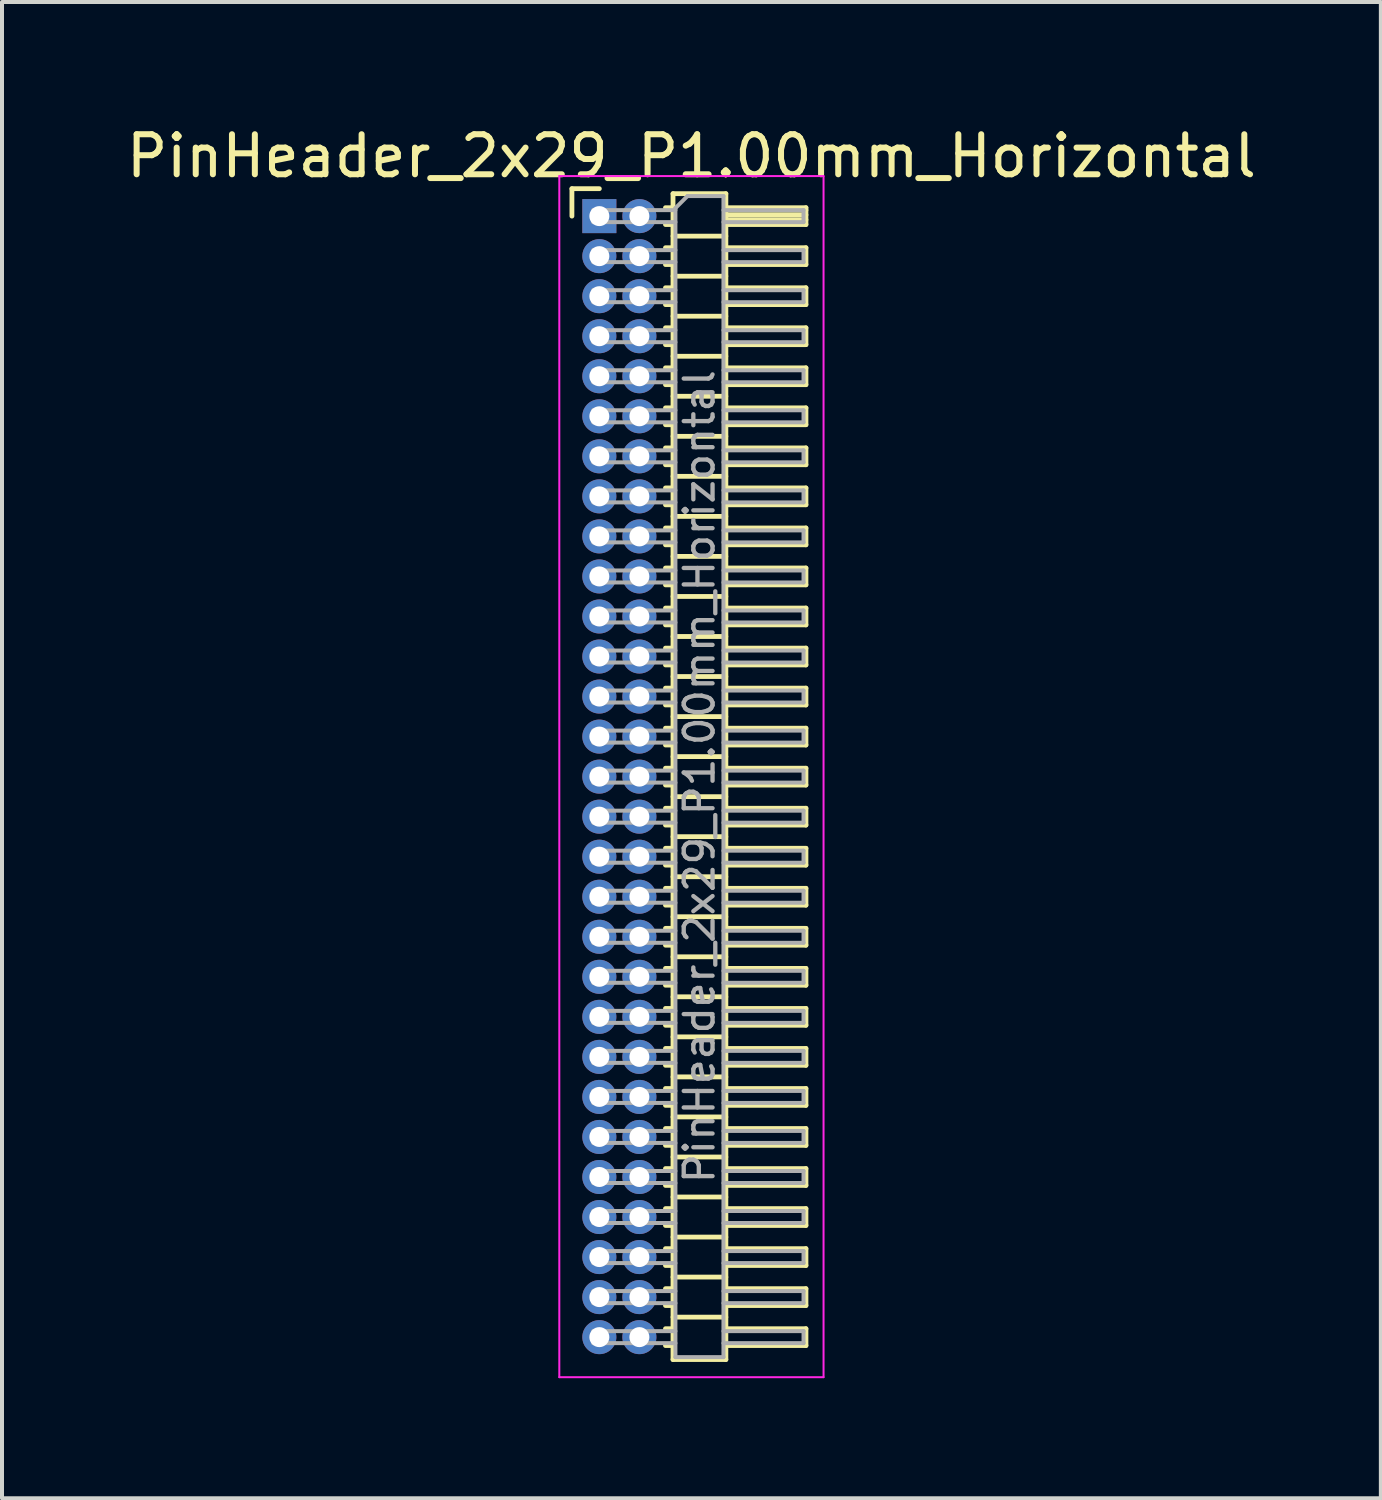
<source format=kicad_pcb>
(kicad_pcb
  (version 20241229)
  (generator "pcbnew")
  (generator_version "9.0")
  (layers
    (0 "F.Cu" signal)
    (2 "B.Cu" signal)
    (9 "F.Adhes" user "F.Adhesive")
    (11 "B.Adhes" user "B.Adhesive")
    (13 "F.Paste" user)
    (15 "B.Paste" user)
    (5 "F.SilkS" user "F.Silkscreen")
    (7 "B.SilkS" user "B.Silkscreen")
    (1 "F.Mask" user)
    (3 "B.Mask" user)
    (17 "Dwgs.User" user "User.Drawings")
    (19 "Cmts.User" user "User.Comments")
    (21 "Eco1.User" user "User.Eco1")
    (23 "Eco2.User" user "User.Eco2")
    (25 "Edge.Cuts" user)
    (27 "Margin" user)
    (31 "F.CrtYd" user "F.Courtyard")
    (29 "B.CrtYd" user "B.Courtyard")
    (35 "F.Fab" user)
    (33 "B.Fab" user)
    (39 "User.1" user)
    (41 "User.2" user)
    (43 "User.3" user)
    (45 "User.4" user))
  (footprint "PinHeader_2x29_P1.00mm_Horizontal"
    (layer "F.Cu")
    (at 11.92 2.348)
    (property "Reference" "PinHeader_2x29_P1.00mm_Horizontal" (at 2.3 -1.5 0) (layer "F.SilkS") (effects (font (size 1 1) (thickness 0.15))))
    (attr through_hole)
    (fp_line (start -0.685 -0.685) (end 0 -0.685) (stroke (width 0.12) (type solid)) (layer "F.SilkS"))
    (fp_line (start -0.685 0) (end -0.685 -0.685) (stroke (width 0.12) (type solid)) (layer "F.SilkS"))
    (fp_line (start 1.652 -0.21) (end 1.84 -0.21) (stroke (width 0.12) (type solid)) (layer "F.SilkS"))
    (fp_line (start 1.652 0.21) (end 1.84 0.21) (stroke (width 0.12) (type solid)) (layer "F.SilkS"))
    (fp_line (start 1.652 0.79) (end 1.84 0.79) (stroke (width 0.12) (type solid)) (layer "F.SilkS"))
    (fp_line (start 1.652 1.21) (end 1.84 1.21) (stroke (width 0.12) (type solid)) (layer "F.SilkS"))
    (fp_line (start 1.652 1.79) (end 1.84 1.79) (stroke (width 0.12) (type solid)) (layer "F.SilkS"))
    (fp_line (start 1.652 2.21) (end 1.84 2.21) (stroke (width 0.12) (type solid)) (layer "F.SilkS"))
    (fp_line (start 1.652 2.79) (end 1.84 2.79) (stroke (width 0.12) (type solid)) (layer "F.SilkS"))
    (fp_line (start 1.652 3.21) (end 1.84 3.21) (stroke (width 0.12) (type solid)) (layer "F.SilkS"))
    (fp_line (start 1.652 3.79) (end 1.84 3.79) (stroke (width 0.12) (type solid)) (layer "F.SilkS"))
    (fp_line (start 1.652 4.21) (end 1.84 4.21) (stroke (width 0.12) (type solid)) (layer "F.SilkS"))
    (fp_line (start 1.652 4.79) (end 1.84 4.79) (stroke (width 0.12) (type solid)) (layer "F.SilkS"))
    (fp_line (start 1.652 5.21) (end 1.84 5.21) (stroke (width 0.12) (type solid)) (layer "F.SilkS"))
    (fp_line (start 1.652 5.79) (end 1.84 5.79) (stroke (width 0.12) (type solid)) (layer "F.SilkS"))
    (fp_line (start 1.652 6.21) (end 1.84 6.21) (stroke (width 0.12) (type solid)) (layer "F.SilkS"))
    (fp_line (start 1.652 6.79) (end 1.84 6.79) (stroke (width 0.12) (type solid)) (layer "F.SilkS"))
    (fp_line (start 1.652 7.21) (end 1.84 7.21) (stroke (width 0.12) (type solid)) (layer "F.SilkS"))
    (fp_line (start 1.652 7.79) (end 1.84 7.79) (stroke (width 0.12) (type solid)) (layer "F.SilkS"))
    (fp_line (start 1.652 8.21) (end 1.84 8.21) (stroke (width 0.12) (type solid)) (layer "F.SilkS"))
    (fp_line (start 1.652 8.79) (end 1.84 8.79) (stroke (width 0.12) (type solid)) (layer "F.SilkS"))
    (fp_line (start 1.652 9.21) (end 1.84 9.21) (stroke (width 0.12) (type solid)) (layer "F.SilkS"))
    (fp_line (start 1.652 9.79) (end 1.84 9.79) (stroke (width 0.12) (type solid)) (layer "F.SilkS"))
    (fp_line (start 1.652 10.21) (end 1.84 10.21) (stroke (width 0.12) (type solid)) (layer "F.SilkS"))
    (fp_line (start 1.652 10.79) (end 1.84 10.79) (stroke (width 0.12) (type solid)) (layer "F.SilkS"))
    (fp_line (start 1.652 11.21) (end 1.84 11.21) (stroke (width 0.12) (type solid)) (layer "F.SilkS"))
    (fp_line (start 1.652 11.79) (end 1.84 11.79) (stroke (width 0.12) (type solid)) (layer "F.SilkS"))
    (fp_line (start 1.652 12.21) (end 1.84 12.21) (stroke (width 0.12) (type solid)) (layer "F.SilkS"))
    (fp_line (start 1.652 12.79) (end 1.84 12.79) (stroke (width 0.12) (type solid)) (layer "F.SilkS"))
    (fp_line (start 1.652 13.21) (end 1.84 13.21) (stroke (width 0.12) (type solid)) (layer "F.SilkS"))
    (fp_line (start 1.652 13.79) (end 1.84 13.79) (stroke (width 0.12) (type solid)) (layer "F.SilkS"))
    (fp_line (start 1.652 14.21) (end 1.84 14.21) (stroke (width 0.12) (type solid)) (layer "F.SilkS"))
    (fp_line (start 1.652 14.79) (end 1.84 14.79) (stroke (width 0.12) (type solid)) (layer "F.SilkS"))
    (fp_line (start 1.652 15.21) (end 1.84 15.21) (stroke (width 0.12) (type solid)) (layer "F.SilkS"))
    (fp_line (start 1.652 15.79) (end 1.84 15.79) (stroke (width 0.12) (type solid)) (layer "F.SilkS"))
    (fp_line (start 1.652 16.21) (end 1.84 16.21) (stroke (width 0.12) (type solid)) (layer "F.SilkS"))
    (fp_line (start 1.652 16.79) (end 1.84 16.79) (stroke (width 0.12) (type solid)) (layer "F.SilkS"))
    (fp_line (start 1.652 17.21) (end 1.84 17.21) (stroke (width 0.12) (type solid)) (layer "F.SilkS"))
    (fp_line (start 1.652 17.79) (end 1.84 17.79) (stroke (width 0.12) (type solid)) (layer "F.SilkS"))
    (fp_line (start 1.652 18.21) (end 1.84 18.21) (stroke (width 0.12) (type solid)) (layer "F.SilkS"))
    (fp_line (start 1.652 18.79) (end 1.84 18.79) (stroke (width 0.12) (type solid)) (layer "F.SilkS"))
    (fp_line (start 1.652 19.21) (end 1.84 19.21) (stroke (width 0.12) (type solid)) (layer "F.SilkS"))
    (fp_line (start 1.652 19.79) (end 1.84 19.79) (stroke (width 0.12) (type solid)) (layer "F.SilkS"))
    (fp_line (start 1.652 20.21) (end 1.84 20.21) (stroke (width 0.12) (type solid)) (layer "F.SilkS"))
    (fp_line (start 1.652 20.79) (end 1.84 20.79) (stroke (width 0.12) (type solid)) (layer "F.SilkS"))
    (fp_line (start 1.652 21.21) (end 1.84 21.21) (stroke (width 0.12) (type solid)) (layer "F.SilkS"))
    (fp_line (start 1.652 21.79) (end 1.84 21.79) (stroke (width 0.12) (type solid)) (layer "F.SilkS"))
    (fp_line (start 1.652 22.21) (end 1.84 22.21) (stroke (width 0.12) (type solid)) (layer "F.SilkS"))
    (fp_line (start 1.652 22.79) (end 1.84 22.79) (stroke (width 0.12) (type solid)) (layer "F.SilkS"))
    (fp_line (start 1.652 23.21) (end 1.84 23.21) (stroke (width 0.12) (type solid)) (layer "F.SilkS"))
    (fp_line (start 1.652 23.79) (end 1.84 23.79) (stroke (width 0.12) (type solid)) (layer "F.SilkS"))
    (fp_line (start 1.652 24.21) (end 1.84 24.21) (stroke (width 0.12) (type solid)) (layer "F.SilkS"))
    (fp_line (start 1.652 24.79) (end 1.84 24.79) (stroke (width 0.12) (type solid)) (layer "F.SilkS"))
    (fp_line (start 1.652 25.21) (end 1.84 25.21) (stroke (width 0.12) (type solid)) (layer "F.SilkS"))
    (fp_line (start 1.652 25.79) (end 1.84 25.79) (stroke (width 0.12) (type solid)) (layer "F.SilkS"))
    (fp_line (start 1.652 26.21) (end 1.84 26.21) (stroke (width 0.12) (type solid)) (layer "F.SilkS"))
    (fp_line (start 1.652 26.79) (end 1.84 26.79) (stroke (width 0.12) (type solid)) (layer "F.SilkS"))
    (fp_line (start 1.652 27.21) (end 1.84 27.21) (stroke (width 0.12) (type solid)) (layer "F.SilkS"))
    (fp_line (start 1.652 27.79) (end 1.84 27.79) (stroke (width 0.12) (type solid)) (layer "F.SilkS"))
    (fp_line (start 1.652 28.21) (end 1.84 28.21) (stroke (width 0.12) (type solid)) (layer "F.SilkS"))
    (fp_line (start 1.84 -0.56) (end 1.84 28.56) (stroke (width 0.12) (type solid)) (layer "F.SilkS"))
    (fp_line (start 1.84 0.5) (end 3.16 0.5) (stroke (width 0.12) (type solid)) (layer "F.SilkS"))
    (fp_line (start 1.84 1.5) (end 3.16 1.5) (stroke (width 0.12) (type solid)) (layer "F.SilkS"))
    (fp_line (start 1.84 2.5) (end 3.16 2.5) (stroke (width 0.12) (type solid)) (layer "F.SilkS"))
    (fp_line (start 1.84 3.5) (end 3.16 3.5) (stroke (width 0.12) (type solid)) (layer "F.SilkS"))
    (fp_line (start 1.84 4.5) (end 3.16 4.5) (stroke (width 0.12) (type solid)) (layer "F.SilkS"))
    (fp_line (start 1.84 5.5) (end 3.16 5.5) (stroke (width 0.12) (type solid)) (layer "F.SilkS"))
    (fp_line (start 1.84 6.5) (end 3.16 6.5) (stroke (width 0.12) (type solid)) (layer "F.SilkS"))
    (fp_line (start 1.84 7.5) (end 3.16 7.5) (stroke (width 0.12) (type solid)) (layer "F.SilkS"))
    (fp_line (start 1.84 8.5) (end 3.16 8.5) (stroke (width 0.12) (type solid)) (layer "F.SilkS"))
    (fp_line (start 1.84 9.5) (end 3.16 9.5) (stroke (width 0.12) (type solid)) (layer "F.SilkS"))
    (fp_line (start 1.84 10.5) (end 3.16 10.5) (stroke (width 0.12) (type solid)) (layer "F.SilkS"))
    (fp_line (start 1.84 11.5) (end 3.16 11.5) (stroke (width 0.12) (type solid)) (layer "F.SilkS"))
    (fp_line (start 1.84 12.5) (end 3.16 12.5) (stroke (width 0.12) (type solid)) (layer "F.SilkS"))
    (fp_line (start 1.84 13.5) (end 3.16 13.5) (stroke (width 0.12) (type solid)) (layer "F.SilkS"))
    (fp_line (start 1.84 14.5) (end 3.16 14.5) (stroke (width 0.12) (type solid)) (layer "F.SilkS"))
    (fp_line (start 1.84 15.5) (end 3.16 15.5) (stroke (width 0.12) (type solid)) (layer "F.SilkS"))
    (fp_line (start 1.84 16.5) (end 3.16 16.5) (stroke (width 0.12) (type solid)) (layer "F.SilkS"))
    (fp_line (start 1.84 17.5) (end 3.16 17.5) (stroke (width 0.12) (type solid)) (layer "F.SilkS"))
    (fp_line (start 1.84 18.5) (end 3.16 18.5) (stroke (width 0.12) (type solid)) (layer "F.SilkS"))
    (fp_line (start 1.84 19.5) (end 3.16 19.5) (stroke (width 0.12) (type solid)) (layer "F.SilkS"))
    (fp_line (start 1.84 20.5) (end 3.16 20.5) (stroke (width 0.12) (type solid)) (layer "F.SilkS"))
    (fp_line (start 1.84 21.5) (end 3.16 21.5) (stroke (width 0.12) (type solid)) (layer "F.SilkS"))
    (fp_line (start 1.84 22.5) (end 3.16 22.5) (stroke (width 0.12) (type solid)) (layer "F.SilkS"))
    (fp_line (start 1.84 23.5) (end 3.16 23.5) (stroke (width 0.12) (type solid)) (layer "F.SilkS"))
    (fp_line (start 1.84 24.5) (end 3.16 24.5) (stroke (width 0.12) (type solid)) (layer "F.SilkS"))
    (fp_line (start 1.84 25.5) (end 3.16 25.5) (stroke (width 0.12) (type solid)) (layer "F.SilkS"))
    (fp_line (start 1.84 26.5) (end 3.16 26.5) (stroke (width 0.12) (type solid)) (layer "F.SilkS"))
    (fp_line (start 1.84 27.5) (end 3.16 27.5) (stroke (width 0.12) (type solid)) (layer "F.SilkS"))
    (fp_line (start 1.84 28.56) (end 3.16 28.56) (stroke (width 0.12) (type solid)) (layer "F.SilkS"))
    (fp_line (start 3.16 -0.56) (end 1.84 -0.56) (stroke (width 0.12) (type solid)) (layer "F.SilkS"))
    (fp_line (start 3.16 -0.21) (end 5.16 -0.21) (stroke (width 0.12) (type solid)) (layer "F.SilkS"))
    (fp_line (start 3.16 -0.15) (end 5.16 -0.15) (stroke (width 0.12) (type solid)) (layer "F.SilkS"))
    (fp_line (start 3.16 -0.03) (end 5.16 -0.03) (stroke (width 0.12) (type solid)) (layer "F.SilkS"))
    (fp_line (start 3.16 0.09) (end 5.16 0.09) (stroke (width 0.12) (type solid)) (layer "F.SilkS"))
    (fp_line (start 3.16 0.79) (end 5.16 0.79) (stroke (width 0.12) (type solid)) (layer "F.SilkS"))
    (fp_line (start 3.16 1.79) (end 5.16 1.79) (stroke (width 0.12) (type solid)) (layer "F.SilkS"))
    (fp_line (start 3.16 2.79) (end 5.16 2.79) (stroke (width 0.12) (type solid)) (layer "F.SilkS"))
    (fp_line (start 3.16 3.79) (end 5.16 3.79) (stroke (width 0.12) (type solid)) (layer "F.SilkS"))
    (fp_line (start 3.16 4.79) (end 5.16 4.79) (stroke (width 0.12) (type solid)) (layer "F.SilkS"))
    (fp_line (start 3.16 5.79) (end 5.16 5.79) (stroke (width 0.12) (type solid)) (layer "F.SilkS"))
    (fp_line (start 3.16 6.79) (end 5.16 6.79) (stroke (width 0.12) (type solid)) (layer "F.SilkS"))
    (fp_line (start 3.16 7.79) (end 5.16 7.79) (stroke (width 0.12) (type solid)) (layer "F.SilkS"))
    (fp_line (start 3.16 8.79) (end 5.16 8.79) (stroke (width 0.12) (type solid)) (layer "F.SilkS"))
    (fp_line (start 3.16 9.79) (end 5.16 9.79) (stroke (width 0.12) (type solid)) (layer "F.SilkS"))
    (fp_line (start 3.16 10.79) (end 5.16 10.79) (stroke (width 0.12) (type solid)) (layer "F.SilkS"))
    (fp_line (start 3.16 11.79) (end 5.16 11.79) (stroke (width 0.12) (type solid)) (layer "F.SilkS"))
    (fp_line (start 3.16 12.79) (end 5.16 12.79) (stroke (width 0.12) (type solid)) (layer "F.SilkS"))
    (fp_line (start 3.16 13.79) (end 5.16 13.79) (stroke (width 0.12) (type solid)) (layer "F.SilkS"))
    (fp_line (start 3.16 14.79) (end 5.16 14.79) (stroke (width 0.12) (type solid)) (layer "F.SilkS"))
    (fp_line (start 3.16 15.79) (end 5.16 15.79) (stroke (width 0.12) (type solid)) (layer "F.SilkS"))
    (fp_line (start 3.16 16.79) (end 5.16 16.79) (stroke (width 0.12) (type solid)) (layer "F.SilkS"))
    (fp_line (start 3.16 17.79) (end 5.16 17.79) (stroke (width 0.12) (type solid)) (layer "F.SilkS"))
    (fp_line (start 3.16 18.79) (end 5.16 18.79) (stroke (width 0.12) (type solid)) (layer "F.SilkS"))
    (fp_line (start 3.16 19.79) (end 5.16 19.79) (stroke (width 0.12) (type solid)) (layer "F.SilkS"))
    (fp_line (start 3.16 20.79) (end 5.16 20.79) (stroke (width 0.12) (type solid)) (layer "F.SilkS"))
    (fp_line (start 3.16 21.79) (end 5.16 21.79) (stroke (width 0.12) (type solid)) (layer "F.SilkS"))
    (fp_line (start 3.16 22.79) (end 5.16 22.79) (stroke (width 0.12) (type solid)) (layer "F.SilkS"))
    (fp_line (start 3.16 23.79) (end 5.16 23.79) (stroke (width 0.12) (type solid)) (layer "F.SilkS"))
    (fp_line (start 3.16 24.79) (end 5.16 24.79) (stroke (width 0.12) (type solid)) (layer "F.SilkS"))
    (fp_line (start 3.16 25.79) (end 5.16 25.79) (stroke (width 0.12) (type solid)) (layer "F.SilkS"))
    (fp_line (start 3.16 26.79) (end 5.16 26.79) (stroke (width 0.12) (type solid)) (layer "F.SilkS"))
    (fp_line (start 3.16 27.79) (end 5.16 27.79) (stroke (width 0.12) (type solid)) (layer "F.SilkS"))
    (fp_line (start 3.16 28.56) (end 3.16 -0.56) (stroke (width 0.12) (type solid)) (layer "F.SilkS"))
    (fp_line (start 5.16 -0.21) (end 5.16 0.21) (stroke (width 0.12) (type solid)) (layer "F.SilkS"))
    (fp_line (start 5.16 0.21) (end 3.16 0.21) (stroke (width 0.12) (type solid)) (layer "F.SilkS"))
    (fp_line (start 5.16 0.79) (end 5.16 1.21) (stroke (width 0.12) (type solid)) (layer "F.SilkS"))
    (fp_line (start 5.16 1.21) (end 3.16 1.21) (stroke (width 0.12) (type solid)) (layer "F.SilkS"))
    (fp_line (start 5.16 1.79) (end 5.16 2.21) (stroke (width 0.12) (type solid)) (layer "F.SilkS"))
    (fp_line (start 5.16 2.21) (end 3.16 2.21) (stroke (width 0.12) (type solid)) (layer "F.SilkS"))
    (fp_line (start 5.16 2.79) (end 5.16 3.21) (stroke (width 0.12) (type solid)) (layer "F.SilkS"))
    (fp_line (start 5.16 3.21) (end 3.16 3.21) (stroke (width 0.12) (type solid)) (layer "F.SilkS"))
    (fp_line (start 5.16 3.79) (end 5.16 4.21) (stroke (width 0.12) (type solid)) (layer "F.SilkS"))
    (fp_line (start 5.16 4.21) (end 3.16 4.21) (stroke (width 0.12) (type solid)) (layer "F.SilkS"))
    (fp_line (start 5.16 4.79) (end 5.16 5.21) (stroke (width 0.12) (type solid)) (layer "F.SilkS"))
    (fp_line (start 5.16 5.21) (end 3.16 5.21) (stroke (width 0.12) (type solid)) (layer "F.SilkS"))
    (fp_line (start 5.16 5.79) (end 5.16 6.21) (stroke (width 0.12) (type solid)) (layer "F.SilkS"))
    (fp_line (start 5.16 6.21) (end 3.16 6.21) (stroke (width 0.12) (type solid)) (layer "F.SilkS"))
    (fp_line (start 5.16 6.79) (end 5.16 7.21) (stroke (width 0.12) (type solid)) (layer "F.SilkS"))
    (fp_line (start 5.16 7.21) (end 3.16 7.21) (stroke (width 0.12) (type solid)) (layer "F.SilkS"))
    (fp_line (start 5.16 7.79) (end 5.16 8.21) (stroke (width 0.12) (type solid)) (layer "F.SilkS"))
    (fp_line (start 5.16 8.21) (end 3.16 8.21) (stroke (width 0.12) (type solid)) (layer "F.SilkS"))
    (fp_line (start 5.16 8.79) (end 5.16 9.21) (stroke (width 0.12) (type solid)) (layer "F.SilkS"))
    (fp_line (start 5.16 9.21) (end 3.16 9.21) (stroke (width 0.12) (type solid)) (layer "F.SilkS"))
    (fp_line (start 5.16 9.79) (end 5.16 10.21) (stroke (width 0.12) (type solid)) (layer "F.SilkS"))
    (fp_line (start 5.16 10.21) (end 3.16 10.21) (stroke (width 0.12) (type solid)) (layer "F.SilkS"))
    (fp_line (start 5.16 10.79) (end 5.16 11.21) (stroke (width 0.12) (type solid)) (layer "F.SilkS"))
    (fp_line (start 5.16 11.21) (end 3.16 11.21) (stroke (width 0.12) (type solid)) (layer "F.SilkS"))
    (fp_line (start 5.16 11.79) (end 5.16 12.21) (stroke (width 0.12) (type solid)) (layer "F.SilkS"))
    (fp_line (start 5.16 12.21) (end 3.16 12.21) (stroke (width 0.12) (type solid)) (layer "F.SilkS"))
    (fp_line (start 5.16 12.79) (end 5.16 13.21) (stroke (width 0.12) (type solid)) (layer "F.SilkS"))
    (fp_line (start 5.16 13.21) (end 3.16 13.21) (stroke (width 0.12) (type solid)) (layer "F.SilkS"))
    (fp_line (start 5.16 13.79) (end 5.16 14.21) (stroke (width 0.12) (type solid)) (layer "F.SilkS"))
    (fp_line (start 5.16 14.21) (end 3.16 14.21) (stroke (width 0.12) (type solid)) (layer "F.SilkS"))
    (fp_line (start 5.16 14.79) (end 5.16 15.21) (stroke (width 0.12) (type solid)) (layer "F.SilkS"))
    (fp_line (start 5.16 15.21) (end 3.16 15.21) (stroke (width 0.12) (type solid)) (layer "F.SilkS"))
    (fp_line (start 5.16 15.79) (end 5.16 16.21) (stroke (width 0.12) (type solid)) (layer "F.SilkS"))
    (fp_line (start 5.16 16.21) (end 3.16 16.21) (stroke (width 0.12) (type solid)) (layer "F.SilkS"))
    (fp_line (start 5.16 16.79) (end 5.16 17.21) (stroke (width 0.12) (type solid)) (layer "F.SilkS"))
    (fp_line (start 5.16 17.21) (end 3.16 17.21) (stroke (width 0.12) (type solid)) (layer "F.SilkS"))
    (fp_line (start 5.16 17.79) (end 5.16 18.21) (stroke (width 0.12) (type solid)) (layer "F.SilkS"))
    (fp_line (start 5.16 18.21) (end 3.16 18.21) (stroke (width 0.12) (type solid)) (layer "F.SilkS"))
    (fp_line (start 5.16 18.79) (end 5.16 19.21) (stroke (width 0.12) (type solid)) (layer "F.SilkS"))
    (fp_line (start 5.16 19.21) (end 3.16 19.21) (stroke (width 0.12) (type solid)) (layer "F.SilkS"))
    (fp_line (start 5.16 19.79) (end 5.16 20.21) (stroke (width 0.12) (type solid)) (layer "F.SilkS"))
    (fp_line (start 5.16 20.21) (end 3.16 20.21) (stroke (width 0.12) (type solid)) (layer "F.SilkS"))
    (fp_line (start 5.16 20.79) (end 5.16 21.21) (stroke (width 0.12) (type solid)) (layer "F.SilkS"))
    (fp_line (start 5.16 21.21) (end 3.16 21.21) (stroke (width 0.12) (type solid)) (layer "F.SilkS"))
    (fp_line (start 5.16 21.79) (end 5.16 22.21) (stroke (width 0.12) (type solid)) (layer "F.SilkS"))
    (fp_line (start 5.16 22.21) (end 3.16 22.21) (stroke (width 0.12) (type solid)) (layer "F.SilkS"))
    (fp_line (start 5.16 22.79) (end 5.16 23.21) (stroke (width 0.12) (type solid)) (layer "F.SilkS"))
    (fp_line (start 5.16 23.21) (end 3.16 23.21) (stroke (width 0.12) (type solid)) (layer "F.SilkS"))
    (fp_line (start 5.16 23.79) (end 5.16 24.21) (stroke (width 0.12) (type solid)) (layer "F.SilkS"))
    (fp_line (start 5.16 24.21) (end 3.16 24.21) (stroke (width 0.12) (type solid)) (layer "F.SilkS"))
    (fp_line (start 5.16 24.79) (end 5.16 25.21) (stroke (width 0.12) (type solid)) (layer "F.SilkS"))
    (fp_line (start 5.16 25.21) (end 3.16 25.21) (stroke (width 0.12) (type solid)) (layer "F.SilkS"))
    (fp_line (start 5.16 25.79) (end 5.16 26.21) (stroke (width 0.12) (type solid)) (layer "F.SilkS"))
    (fp_line (start 5.16 26.21) (end 3.16 26.21) (stroke (width 0.12) (type solid)) (layer "F.SilkS"))
    (fp_line (start 5.16 26.79) (end 5.16 27.21) (stroke (width 0.12) (type solid)) (layer "F.SilkS"))
    (fp_line (start 5.16 27.21) (end 3.16 27.21) (stroke (width 0.12) (type solid)) (layer "F.SilkS"))
    (fp_line (start 5.16 27.79) (end 5.16 28.21) (stroke (width 0.12) (type solid)) (layer "F.SilkS"))
    (fp_line (start 5.16 28.21) (end 3.16 28.21) (stroke (width 0.12) (type solid)) (layer "F.SilkS"))
    (fp_line (start -1 -1) (end -1 29) (stroke (width 0.05) (type solid)) (layer "F.CrtYd"))
    (fp_line (start -1 29) (end 5.6 29) (stroke (width 0.05) (type solid)) (layer "F.CrtYd"))
    (fp_line (start 5.6 -1) (end -1 -1) (stroke (width 0.05) (type solid)) (layer "F.CrtYd"))
    (fp_line (start 5.6 29) (end 5.6 -1) (stroke (width 0.05) (type solid)) (layer "F.CrtYd"))
    (fp_line (start -0.15 -0.15) (end -0.15 0.15) (stroke (width 0.1) (type solid)) (layer "F.Fab"))
    (fp_line (start -0.15 -0.15) (end 1.9 -0.15) (stroke (width 0.1) (type solid)) (layer "F.Fab"))
    (fp_line (start -0.15 0.15) (end 1.9 0.15) (stroke (width 0.1) (type solid)) (layer "F.Fab"))
    (fp_line (start -0.15 0.85) (end -0.15 1.15) (stroke (width 0.1) (type solid)) (layer "F.Fab"))
    (fp_line (start -0.15 0.85) (end 1.9 0.85) (stroke (width 0.1) (type solid)) (layer "F.Fab"))
    (fp_line (start -0.15 1.15) (end 1.9 1.15) (stroke (width 0.1) (type solid)) (layer "F.Fab"))
    (fp_line (start -0.15 1.85) (end -0.15 2.15) (stroke (width 0.1) (type solid)) (layer "F.Fab"))
    (fp_line (start -0.15 1.85) (end 1.9 1.85) (stroke (width 0.1) (type solid)) (layer "F.Fab"))
    (fp_line (start -0.15 2.15) (end 1.9 2.15) (stroke (width 0.1) (type solid)) (layer "F.Fab"))
    (fp_line (start -0.15 2.85) (end -0.15 3.15) (stroke (width 0.1) (type solid)) (layer "F.Fab"))
    (fp_line (start -0.15 2.85) (end 1.9 2.85) (stroke (width 0.1) (type solid)) (layer "F.Fab"))
    (fp_line (start -0.15 3.15) (end 1.9 3.15) (stroke (width 0.1) (type solid)) (layer "F.Fab"))
    (fp_line (start -0.15 3.85) (end -0.15 4.15) (stroke (width 0.1) (type solid)) (layer "F.Fab"))
    (fp_line (start -0.15 3.85) (end 1.9 3.85) (stroke (width 0.1) (type solid)) (layer "F.Fab"))
    (fp_line (start -0.15 4.15) (end 1.9 4.15) (stroke (width 0.1) (type solid)) (layer "F.Fab"))
    (fp_line (start -0.15 4.85) (end -0.15 5.15) (stroke (width 0.1) (type solid)) (layer "F.Fab"))
    (fp_line (start -0.15 4.85) (end 1.9 4.85) (stroke (width 0.1) (type solid)) (layer "F.Fab"))
    (fp_line (start -0.15 5.15) (end 1.9 5.15) (stroke (width 0.1) (type solid)) (layer "F.Fab"))
    (fp_line (start -0.15 5.85) (end -0.15 6.15) (stroke (width 0.1) (type solid)) (layer "F.Fab"))
    (fp_line (start -0.15 5.85) (end 1.9 5.85) (stroke (width 0.1) (type solid)) (layer "F.Fab"))
    (fp_line (start -0.15 6.15) (end 1.9 6.15) (stroke (width 0.1) (type solid)) (layer "F.Fab"))
    (fp_line (start -0.15 6.85) (end -0.15 7.15) (stroke (width 0.1) (type solid)) (layer "F.Fab"))
    (fp_line (start -0.15 6.85) (end 1.9 6.85) (stroke (width 0.1) (type solid)) (layer "F.Fab"))
    (fp_line (start -0.15 7.15) (end 1.9 7.15) (stroke (width 0.1) (type solid)) (layer "F.Fab"))
    (fp_line (start -0.15 7.85) (end -0.15 8.15) (stroke (width 0.1) (type solid)) (layer "F.Fab"))
    (fp_line (start -0.15 7.85) (end 1.9 7.85) (stroke (width 0.1) (type solid)) (layer "F.Fab"))
    (fp_line (start -0.15 8.15) (end 1.9 8.15) (stroke (width 0.1) (type solid)) (layer "F.Fab"))
    (fp_line (start -0.15 8.85) (end -0.15 9.15) (stroke (width 0.1) (type solid)) (layer "F.Fab"))
    (fp_line (start -0.15 8.85) (end 1.9 8.85) (stroke (width 0.1) (type solid)) (layer "F.Fab"))
    (fp_line (start -0.15 9.15) (end 1.9 9.15) (stroke (width 0.1) (type solid)) (layer "F.Fab"))
    (fp_line (start -0.15 9.85) (end -0.15 10.15) (stroke (width 0.1) (type solid)) (layer "F.Fab"))
    (fp_line (start -0.15 9.85) (end 1.9 9.85) (stroke (width 0.1) (type solid)) (layer "F.Fab"))
    (fp_line (start -0.15 10.15) (end 1.9 10.15) (stroke (width 0.1) (type solid)) (layer "F.Fab"))
    (fp_line (start -0.15 10.85) (end -0.15 11.15) (stroke (width 0.1) (type solid)) (layer "F.Fab"))
    (fp_line (start -0.15 10.85) (end 1.9 10.85) (stroke (width 0.1) (type solid)) (layer "F.Fab"))
    (fp_line (start -0.15 11.15) (end 1.9 11.15) (stroke (width 0.1) (type solid)) (layer "F.Fab"))
    (fp_line (start -0.15 11.85) (end -0.15 12.15) (stroke (width 0.1) (type solid)) (layer "F.Fab"))
    (fp_line (start -0.15 11.85) (end 1.9 11.85) (stroke (width 0.1) (type solid)) (layer "F.Fab"))
    (fp_line (start -0.15 12.15) (end 1.9 12.15) (stroke (width 0.1) (type solid)) (layer "F.Fab"))
    (fp_line (start -0.15 12.85) (end -0.15 13.15) (stroke (width 0.1) (type solid)) (layer "F.Fab"))
    (fp_line (start -0.15 12.85) (end 1.9 12.85) (stroke (width 0.1) (type solid)) (layer "F.Fab"))
    (fp_line (start -0.15 13.15) (end 1.9 13.15) (stroke (width 0.1) (type solid)) (layer "F.Fab"))
    (fp_line (start -0.15 13.85) (end -0.15 14.15) (stroke (width 0.1) (type solid)) (layer "F.Fab"))
    (fp_line (start -0.15 13.85) (end 1.9 13.85) (stroke (width 0.1) (type solid)) (layer "F.Fab"))
    (fp_line (start -0.15 14.15) (end 1.9 14.15) (stroke (width 0.1) (type solid)) (layer "F.Fab"))
    (fp_line (start -0.15 14.85) (end -0.15 15.15) (stroke (width 0.1) (type solid)) (layer "F.Fab"))
    (fp_line (start -0.15 14.85) (end 1.9 14.85) (stroke (width 0.1) (type solid)) (layer "F.Fab"))
    (fp_line (start -0.15 15.15) (end 1.9 15.15) (stroke (width 0.1) (type solid)) (layer "F.Fab"))
    (fp_line (start -0.15 15.85) (end -0.15 16.15) (stroke (width 0.1) (type solid)) (layer "F.Fab"))
    (fp_line (start -0.15 15.85) (end 1.9 15.85) (stroke (width 0.1) (type solid)) (layer "F.Fab"))
    (fp_line (start -0.15 16.15) (end 1.9 16.15) (stroke (width 0.1) (type solid)) (layer "F.Fab"))
    (fp_line (start -0.15 16.85) (end -0.15 17.15) (stroke (width 0.1) (type solid)) (layer "F.Fab"))
    (fp_line (start -0.15 16.85) (end 1.9 16.85) (stroke (width 0.1) (type solid)) (layer "F.Fab"))
    (fp_line (start -0.15 17.15) (end 1.9 17.15) (stroke (width 0.1) (type solid)) (layer "F.Fab"))
    (fp_line (start -0.15 17.85) (end -0.15 18.15) (stroke (width 0.1) (type solid)) (layer "F.Fab"))
    (fp_line (start -0.15 17.85) (end 1.9 17.85) (stroke (width 0.1) (type solid)) (layer "F.Fab"))
    (fp_line (start -0.15 18.15) (end 1.9 18.15) (stroke (width 0.1) (type solid)) (layer "F.Fab"))
    (fp_line (start -0.15 18.85) (end -0.15 19.15) (stroke (width 0.1) (type solid)) (layer "F.Fab"))
    (fp_line (start -0.15 18.85) (end 1.9 18.85) (stroke (width 0.1) (type solid)) (layer "F.Fab"))
    (fp_line (start -0.15 19.15) (end 1.9 19.15) (stroke (width 0.1) (type solid)) (layer "F.Fab"))
    (fp_line (start -0.15 19.85) (end -0.15 20.15) (stroke (width 0.1) (type solid)) (layer "F.Fab"))
    (fp_line (start -0.15 19.85) (end 1.9 19.85) (stroke (width 0.1) (type solid)) (layer "F.Fab"))
    (fp_line (start -0.15 20.15) (end 1.9 20.15) (stroke (width 0.1) (type solid)) (layer "F.Fab"))
    (fp_line (start -0.15 20.85) (end -0.15 21.15) (stroke (width 0.1) (type solid)) (layer "F.Fab"))
    (fp_line (start -0.15 20.85) (end 1.9 20.85) (stroke (width 0.1) (type solid)) (layer "F.Fab"))
    (fp_line (start -0.15 21.15) (end 1.9 21.15) (stroke (width 0.1) (type solid)) (layer "F.Fab"))
    (fp_line (start -0.15 21.85) (end -0.15 22.15) (stroke (width 0.1) (type solid)) (layer "F.Fab"))
    (fp_line (start -0.15 21.85) (end 1.9 21.85) (stroke (width 0.1) (type solid)) (layer "F.Fab"))
    (fp_line (start -0.15 22.15) (end 1.9 22.15) (stroke (width 0.1) (type solid)) (layer "F.Fab"))
    (fp_line (start -0.15 22.85) (end -0.15 23.15) (stroke (width 0.1) (type solid)) (layer "F.Fab"))
    (fp_line (start -0.15 22.85) (end 1.9 22.85) (stroke (width 0.1) (type solid)) (layer "F.Fab"))
    (fp_line (start -0.15 23.15) (end 1.9 23.15) (stroke (width 0.1) (type solid)) (layer "F.Fab"))
    (fp_line (start -0.15 23.85) (end -0.15 24.15) (stroke (width 0.1) (type solid)) (layer "F.Fab"))
    (fp_line (start -0.15 23.85) (end 1.9 23.85) (stroke (width 0.1) (type solid)) (layer "F.Fab"))
    (fp_line (start -0.15 24.15) (end 1.9 24.15) (stroke (width 0.1) (type solid)) (layer "F.Fab"))
    (fp_line (start -0.15 24.85) (end -0.15 25.15) (stroke (width 0.1) (type solid)) (layer "F.Fab"))
    (fp_line (start -0.15 24.85) (end 1.9 24.85) (stroke (width 0.1) (type solid)) (layer "F.Fab"))
    (fp_line (start -0.15 25.15) (end 1.9 25.15) (stroke (width 0.1) (type solid)) (layer "F.Fab"))
    (fp_line (start -0.15 25.85) (end -0.15 26.15) (stroke (width 0.1) (type solid)) (layer "F.Fab"))
    (fp_line (start -0.15 25.85) (end 1.9 25.85) (stroke (width 0.1) (type solid)) (layer "F.Fab"))
    (fp_line (start -0.15 26.15) (end 1.9 26.15) (stroke (width 0.1) (type solid)) (layer "F.Fab"))
    (fp_line (start -0.15 26.85) (end -0.15 27.15) (stroke (width 0.1) (type solid)) (layer "F.Fab"))
    (fp_line (start -0.15 26.85) (end 1.9 26.85) (stroke (width 0.1) (type solid)) (layer "F.Fab"))
    (fp_line (start -0.15 27.15) (end 1.9 27.15) (stroke (width 0.1) (type solid)) (layer "F.Fab"))
    (fp_line (start -0.15 27.85) (end -0.15 28.15) (stroke (width 0.1) (type solid)) (layer "F.Fab"))
    (fp_line (start -0.15 27.85) (end 1.9 27.85) (stroke (width 0.1) (type solid)) (layer "F.Fab"))
    (fp_line (start -0.15 28.15) (end 1.9 28.15) (stroke (width 0.1) (type solid)) (layer "F.Fab"))
    (fp_line (start 1.9 -0.2) (end 2.2 -0.5) (stroke (width 0.1) (type solid)) (layer "F.Fab"))
    (fp_line (start 1.9 28.5) (end 1.9 -0.2) (stroke (width 0.1) (type solid)) (layer "F.Fab"))
    (fp_line (start 2.2 -0.5) (end 3.1 -0.5) (stroke (width 0.1) (type solid)) (layer "F.Fab"))
    (fp_line (start 3.1 -0.5) (end 3.1 28.5) (stroke (width 0.1) (type solid)) (layer "F.Fab"))
    (fp_line (start 3.1 -0.15) (end 5.1 -0.15) (stroke (width 0.1) (type solid)) (layer "F.Fab"))
    (fp_line (start 3.1 0.15) (end 5.1 0.15) (stroke (width 0.1) (type solid)) (layer "F.Fab"))
    (fp_line (start 3.1 0.85) (end 5.1 0.85) (stroke (width 0.1) (type solid)) (layer "F.Fab"))
    (fp_line (start 3.1 1.15) (end 5.1 1.15) (stroke (width 0.1) (type solid)) (layer "F.Fab"))
    (fp_line (start 3.1 1.85) (end 5.1 1.85) (stroke (width 0.1) (type solid)) (layer "F.Fab"))
    (fp_line (start 3.1 2.15) (end 5.1 2.15) (stroke (width 0.1) (type solid)) (layer "F.Fab"))
    (fp_line (start 3.1 2.85) (end 5.1 2.85) (stroke (width 0.1) (type solid)) (layer "F.Fab"))
    (fp_line (start 3.1 3.15) (end 5.1 3.15) (stroke (width 0.1) (type solid)) (layer "F.Fab"))
    (fp_line (start 3.1 3.85) (end 5.1 3.85) (stroke (width 0.1) (type solid)) (layer "F.Fab"))
    (fp_line (start 3.1 4.15) (end 5.1 4.15) (stroke (width 0.1) (type solid)) (layer "F.Fab"))
    (fp_line (start 3.1 4.85) (end 5.1 4.85) (stroke (width 0.1) (type solid)) (layer "F.Fab"))
    (fp_line (start 3.1 5.15) (end 5.1 5.15) (stroke (width 0.1) (type solid)) (layer "F.Fab"))
    (fp_line (start 3.1 5.85) (end 5.1 5.85) (stroke (width 0.1) (type solid)) (layer "F.Fab"))
    (fp_line (start 3.1 6.15) (end 5.1 6.15) (stroke (width 0.1) (type solid)) (layer "F.Fab"))
    (fp_line (start 3.1 6.85) (end 5.1 6.85) (stroke (width 0.1) (type solid)) (layer "F.Fab"))
    (fp_line (start 3.1 7.15) (end 5.1 7.15) (stroke (width 0.1) (type solid)) (layer "F.Fab"))
    (fp_line (start 3.1 7.85) (end 5.1 7.85) (stroke (width 0.1) (type solid)) (layer "F.Fab"))
    (fp_line (start 3.1 8.15) (end 5.1 8.15) (stroke (width 0.1) (type solid)) (layer "F.Fab"))
    (fp_line (start 3.1 8.85) (end 5.1 8.85) (stroke (width 0.1) (type solid)) (layer "F.Fab"))
    (fp_line (start 3.1 9.15) (end 5.1 9.15) (stroke (width 0.1) (type solid)) (layer "F.Fab"))
    (fp_line (start 3.1 9.85) (end 5.1 9.85) (stroke (width 0.1) (type solid)) (layer "F.Fab"))
    (fp_line (start 3.1 10.15) (end 5.1 10.15) (stroke (width 0.1) (type solid)) (layer "F.Fab"))
    (fp_line (start 3.1 10.85) (end 5.1 10.85) (stroke (width 0.1) (type solid)) (layer "F.Fab"))
    (fp_line (start 3.1 11.15) (end 5.1 11.15) (stroke (width 0.1) (type solid)) (layer "F.Fab"))
    (fp_line (start 3.1 11.85) (end 5.1 11.85) (stroke (width 0.1) (type solid)) (layer "F.Fab"))
    (fp_line (start 3.1 12.15) (end 5.1 12.15) (stroke (width 0.1) (type solid)) (layer "F.Fab"))
    (fp_line (start 3.1 12.85) (end 5.1 12.85) (stroke (width 0.1) (type solid)) (layer "F.Fab"))
    (fp_line (start 3.1 13.15) (end 5.1 13.15) (stroke (width 0.1) (type solid)) (layer "F.Fab"))
    (fp_line (start 3.1 13.85) (end 5.1 13.85) (stroke (width 0.1) (type solid)) (layer "F.Fab"))
    (fp_line (start 3.1 14.15) (end 5.1 14.15) (stroke (width 0.1) (type solid)) (layer "F.Fab"))
    (fp_line (start 3.1 14.85) (end 5.1 14.85) (stroke (width 0.1) (type solid)) (layer "F.Fab"))
    (fp_line (start 3.1 15.15) (end 5.1 15.15) (stroke (width 0.1) (type solid)) (layer "F.Fab"))
    (fp_line (start 3.1 15.85) (end 5.1 15.85) (stroke (width 0.1) (type solid)) (layer "F.Fab"))
    (fp_line (start 3.1 16.15) (end 5.1 16.15) (stroke (width 0.1) (type solid)) (layer "F.Fab"))
    (fp_line (start 3.1 16.85) (end 5.1 16.85) (stroke (width 0.1) (type solid)) (layer "F.Fab"))
    (fp_line (start 3.1 17.15) (end 5.1 17.15) (stroke (width 0.1) (type solid)) (layer "F.Fab"))
    (fp_line (start 3.1 17.85) (end 5.1 17.85) (stroke (width 0.1) (type solid)) (layer "F.Fab"))
    (fp_line (start 3.1 18.15) (end 5.1 18.15) (stroke (width 0.1) (type solid)) (layer "F.Fab"))
    (fp_line (start 3.1 18.85) (end 5.1 18.85) (stroke (width 0.1) (type solid)) (layer "F.Fab"))
    (fp_line (start 3.1 19.15) (end 5.1 19.15) (stroke (width 0.1) (type solid)) (layer "F.Fab"))
    (fp_line (start 3.1 19.85) (end 5.1 19.85) (stroke (width 0.1) (type solid)) (layer "F.Fab"))
    (fp_line (start 3.1 20.15) (end 5.1 20.15) (stroke (width 0.1) (type solid)) (layer "F.Fab"))
    (fp_line (start 3.1 20.85) (end 5.1 20.85) (stroke (width 0.1) (type solid)) (layer "F.Fab"))
    (fp_line (start 3.1 21.15) (end 5.1 21.15) (stroke (width 0.1) (type solid)) (layer "F.Fab"))
    (fp_line (start 3.1 21.85) (end 5.1 21.85) (stroke (width 0.1) (type solid)) (layer "F.Fab"))
    (fp_line (start 3.1 22.15) (end 5.1 22.15) (stroke (width 0.1) (type solid)) (layer "F.Fab"))
    (fp_line (start 3.1 22.85) (end 5.1 22.85) (stroke (width 0.1) (type solid)) (layer "F.Fab"))
    (fp_line (start 3.1 23.15) (end 5.1 23.15) (stroke (width 0.1) (type solid)) (layer "F.Fab"))
    (fp_line (start 3.1 23.85) (end 5.1 23.85) (stroke (width 0.1) (type solid)) (layer "F.Fab"))
    (fp_line (start 3.1 24.15) (end 5.1 24.15) (stroke (width 0.1) (type solid)) (layer "F.Fab"))
    (fp_line (start 3.1 24.85) (end 5.1 24.85) (stroke (width 0.1) (type solid)) (layer "F.Fab"))
    (fp_line (start 3.1 25.15) (end 5.1 25.15) (stroke (width 0.1) (type solid)) (layer "F.Fab"))
    (fp_line (start 3.1 25.85) (end 5.1 25.85) (stroke (width 0.1) (type solid)) (layer "F.Fab"))
    (fp_line (start 3.1 26.15) (end 5.1 26.15) (stroke (width 0.1) (type solid)) (layer "F.Fab"))
    (fp_line (start 3.1 26.85) (end 5.1 26.85) (stroke (width 0.1) (type solid)) (layer "F.Fab"))
    (fp_line (start 3.1 27.15) (end 5.1 27.15) (stroke (width 0.1) (type solid)) (layer "F.Fab"))
    (fp_line (start 3.1 27.85) (end 5.1 27.85) (stroke (width 0.1) (type solid)) (layer "F.Fab"))
    (fp_line (start 3.1 28.15) (end 5.1 28.15) (stroke (width 0.1) (type solid)) (layer "F.Fab"))
    (fp_line (start 3.1 28.5) (end 1.9 28.5) (stroke (width 0.1) (type solid)) (layer "F.Fab"))
    (fp_line (start 5.1 -0.15) (end 5.1 0.15) (stroke (width 0.1) (type solid)) (layer "F.Fab"))
    (fp_line (start 5.1 0.85) (end 5.1 1.15) (stroke (width 0.1) (type solid)) (layer "F.Fab"))
    (fp_line (start 5.1 1.85) (end 5.1 2.15) (stroke (width 0.1) (type solid)) (layer "F.Fab"))
    (fp_line (start 5.1 2.85) (end 5.1 3.15) (stroke (width 0.1) (type solid)) (layer "F.Fab"))
    (fp_line (start 5.1 3.85) (end 5.1 4.15) (stroke (width 0.1) (type solid)) (layer "F.Fab"))
    (fp_line (start 5.1 4.85) (end 5.1 5.15) (stroke (width 0.1) (type solid)) (layer "F.Fab"))
    (fp_line (start 5.1 5.85) (end 5.1 6.15) (stroke (width 0.1) (type solid)) (layer "F.Fab"))
    (fp_line (start 5.1 6.85) (end 5.1 7.15) (stroke (width 0.1) (type solid)) (layer "F.Fab"))
    (fp_line (start 5.1 7.85) (end 5.1 8.15) (stroke (width 0.1) (type solid)) (layer "F.Fab"))
    (fp_line (start 5.1 8.85) (end 5.1 9.15) (stroke (width 0.1) (type solid)) (layer "F.Fab"))
    (fp_line (start 5.1 9.85) (end 5.1 10.15) (stroke (width 0.1) (type solid)) (layer "F.Fab"))
    (fp_line (start 5.1 10.85) (end 5.1 11.15) (stroke (width 0.1) (type solid)) (layer "F.Fab"))
    (fp_line (start 5.1 11.85) (end 5.1 12.15) (stroke (width 0.1) (type solid)) (layer "F.Fab"))
    (fp_line (start 5.1 12.85) (end 5.1 13.15) (stroke (width 0.1) (type solid)) (layer "F.Fab"))
    (fp_line (start 5.1 13.85) (end 5.1 14.15) (stroke (width 0.1) (type solid)) (layer "F.Fab"))
    (fp_line (start 5.1 14.85) (end 5.1 15.15) (stroke (width 0.1) (type solid)) (layer "F.Fab"))
    (fp_line (start 5.1 15.85) (end 5.1 16.15) (stroke (width 0.1) (type solid)) (layer "F.Fab"))
    (fp_line (start 5.1 16.85) (end 5.1 17.15) (stroke (width 0.1) (type solid)) (layer "F.Fab"))
    (fp_line (start 5.1 17.85) (end 5.1 18.15) (stroke (width 0.1) (type solid)) (layer "F.Fab"))
    (fp_line (start 5.1 18.85) (end 5.1 19.15) (stroke (width 0.1) (type solid)) (layer "F.Fab"))
    (fp_line (start 5.1 19.85) (end 5.1 20.15) (stroke (width 0.1) (type solid)) (layer "F.Fab"))
    (fp_line (start 5.1 20.85) (end 5.1 21.15) (stroke (width 0.1) (type solid)) (layer "F.Fab"))
    (fp_line (start 5.1 21.85) (end 5.1 22.15) (stroke (width 0.1) (type solid)) (layer "F.Fab"))
    (fp_line (start 5.1 22.85) (end 5.1 23.15) (stroke (width 0.1) (type solid)) (layer "F.Fab"))
    (fp_line (start 5.1 23.85) (end 5.1 24.15) (stroke (width 0.1) (type solid)) (layer "F.Fab"))
    (fp_line (start 5.1 24.85) (end 5.1 25.15) (stroke (width 0.1) (type solid)) (layer "F.Fab"))
    (fp_line (start 5.1 25.85) (end 5.1 26.15) (stroke (width 0.1) (type solid)) (layer "F.Fab"))
    (fp_line (start 5.1 26.85) (end 5.1 27.15) (stroke (width 0.1) (type solid)) (layer "F.Fab"))
    (fp_line (start 5.1 27.85) (end 5.1 28.15) (stroke (width 0.1) (type solid)) (layer "F.Fab"))
    (fp_text user "${REFERENCE}" (at 2.5 14 90) (layer "F.Fab") (effects (font (size 0.72 0.72) (thickness 0.108))))
    (pad "1" thru_hole rect (at 0 0) (size 0.85 0.85) (drill 0.5) (layers "*.Cu" "*.Mask"))
    (pad "2" thru_hole oval (at 1 0) (size 0.85 0.85) (drill 0.5) (layers "*.Cu" "*.Mask"))
    (pad "3" thru_hole oval (at 0 1) (size 0.85 0.85) (drill 0.5) (layers "*.Cu" "*.Mask"))
    (pad "4" thru_hole oval (at 1 1) (size 0.85 0.85) (drill 0.5) (layers "*.Cu" "*.Mask"))
    (pad "5" thru_hole oval (at 0 2) (size 0.85 0.85) (drill 0.5) (layers "*.Cu" "*.Mask"))
    (pad "6" thru_hole oval (at 1 2) (size 0.85 0.85) (drill 0.5) (layers "*.Cu" "*.Mask"))
    (pad "7" thru_hole oval (at 0 3) (size 0.85 0.85) (drill 0.5) (layers "*.Cu" "*.Mask"))
    (pad "8" thru_hole oval (at 1 3) (size 0.85 0.85) (drill 0.5) (layers "*.Cu" "*.Mask"))
    (pad "9" thru_hole oval (at 0 4) (size 0.85 0.85) (drill 0.5) (layers "*.Cu" "*.Mask"))
    (pad "10" thru_hole oval (at 1 4) (size 0.85 0.85) (drill 0.5) (layers "*.Cu" "*.Mask"))
    (pad "11" thru_hole oval (at 0 5) (size 0.85 0.85) (drill 0.5) (layers "*.Cu" "*.Mask"))
    (pad "12" thru_hole oval (at 1 5) (size 0.85 0.85) (drill 0.5) (layers "*.Cu" "*.Mask"))
    (pad "13" thru_hole oval (at 0 6) (size 0.85 0.85) (drill 0.5) (layers "*.Cu" "*.Mask"))
    (pad "14" thru_hole oval (at 1 6) (size 0.85 0.85) (drill 0.5) (layers "*.Cu" "*.Mask"))
    (pad "15" thru_hole oval (at 0 7) (size 0.85 0.85) (drill 0.5) (layers "*.Cu" "*.Mask"))
    (pad "16" thru_hole oval (at 1 7) (size 0.85 0.85) (drill 0.5) (layers "*.Cu" "*.Mask"))
    (pad "17" thru_hole oval (at 0 8) (size 0.85 0.85) (drill 0.5) (layers "*.Cu" "*.Mask"))
    (pad "18" thru_hole oval (at 1 8) (size 0.85 0.85) (drill 0.5) (layers "*.Cu" "*.Mask"))
    (pad "19" thru_hole oval (at 0 9) (size 0.85 0.85) (drill 0.5) (layers "*.Cu" "*.Mask"))
    (pad "20" thru_hole oval (at 1 9) (size 0.85 0.85) (drill 0.5) (layers "*.Cu" "*.Mask"))
    (pad "21" thru_hole oval (at 0 10) (size 0.85 0.85) (drill 0.5) (layers "*.Cu" "*.Mask"))
    (pad "22" thru_hole oval (at 1 10) (size 0.85 0.85) (drill 0.5) (layers "*.Cu" "*.Mask"))
    (pad "23" thru_hole oval (at 0 11) (size 0.85 0.85) (drill 0.5) (layers "*.Cu" "*.Mask"))
    (pad "24" thru_hole oval (at 1 11) (size 0.85 0.85) (drill 0.5) (layers "*.Cu" "*.Mask"))
    (pad "25" thru_hole oval (at 0 12) (size 0.85 0.85) (drill 0.5) (layers "*.Cu" "*.Mask"))
    (pad "26" thru_hole oval (at 1 12) (size 0.85 0.85) (drill 0.5) (layers "*.Cu" "*.Mask"))
    (pad "27" thru_hole oval (at 0 13) (size 0.85 0.85) (drill 0.5) (layers "*.Cu" "*.Mask"))
    (pad "28" thru_hole oval (at 1 13) (size 0.85 0.85) (drill 0.5) (layers "*.Cu" "*.Mask"))
    (pad "29" thru_hole oval (at 0 14) (size 0.85 0.85) (drill 0.5) (layers "*.Cu" "*.Mask"))
    (pad "30" thru_hole oval (at 1 14) (size 0.85 0.85) (drill 0.5) (layers "*.Cu" "*.Mask"))
    (pad "31" thru_hole oval (at 0 15) (size 0.85 0.85) (drill 0.5) (layers "*.Cu" "*.Mask"))
    (pad "32" thru_hole oval (at 1 15) (size 0.85 0.85) (drill 0.5) (layers "*.Cu" "*.Mask"))
    (pad "33" thru_hole oval (at 0 16) (size 0.85 0.85) (drill 0.5) (layers "*.Cu" "*.Mask"))
    (pad "34" thru_hole oval (at 1 16) (size 0.85 0.85) (drill 0.5) (layers "*.Cu" "*.Mask"))
    (pad "35" thru_hole oval (at 0 17) (size 0.85 0.85) (drill 0.5) (layers "*.Cu" "*.Mask"))
    (pad "36" thru_hole oval (at 1 17) (size 0.85 0.85) (drill 0.5) (layers "*.Cu" "*.Mask"))
    (pad "37" thru_hole oval (at 0 18) (size 0.85 0.85) (drill 0.5) (layers "*.Cu" "*.Mask"))
    (pad "38" thru_hole oval (at 1 18) (size 0.85 0.85) (drill 0.5) (layers "*.Cu" "*.Mask"))
    (pad "39" thru_hole oval (at 0 19) (size 0.85 0.85) (drill 0.5) (layers "*.Cu" "*.Mask"))
    (pad "40" thru_hole oval (at 1 19) (size 0.85 0.85) (drill 0.5) (layers "*.Cu" "*.Mask"))
    (pad "41" thru_hole oval (at 0 20) (size 0.85 0.85) (drill 0.5) (layers "*.Cu" "*.Mask"))
    (pad "42" thru_hole oval (at 1 20) (size 0.85 0.85) (drill 0.5) (layers "*.Cu" "*.Mask"))
    (pad "43" thru_hole oval (at 0 21) (size 0.85 0.85) (drill 0.5) (layers "*.Cu" "*.Mask"))
    (pad "44" thru_hole oval (at 1 21) (size 0.85 0.85) (drill 0.5) (layers "*.Cu" "*.Mask"))
    (pad "45" thru_hole oval (at 0 22) (size 0.85 0.85) (drill 0.5) (layers "*.Cu" "*.Mask"))
    (pad "46" thru_hole oval (at 1 22) (size 0.85 0.85) (drill 0.5) (layers "*.Cu" "*.Mask"))
    (pad "47" thru_hole oval (at 0 23) (size 0.85 0.85) (drill 0.5) (layers "*.Cu" "*.Mask"))
    (pad "48" thru_hole oval (at 1 23) (size 0.85 0.85) (drill 0.5) (layers "*.Cu" "*.Mask"))
    (pad "49" thru_hole oval (at 0 24) (size 0.85 0.85) (drill 0.5) (layers "*.Cu" "*.Mask"))
    (pad "50" thru_hole oval (at 1 24) (size 0.85 0.85) (drill 0.5) (layers "*.Cu" "*.Mask"))
    (pad "51" thru_hole oval (at 0 25) (size 0.85 0.85) (drill 0.5) (layers "*.Cu" "*.Mask"))
    (pad "52" thru_hole oval (at 1 25) (size 0.85 0.85) (drill 0.5) (layers "*.Cu" "*.Mask"))
    (pad "53" thru_hole oval (at 0 26) (size 0.85 0.85) (drill 0.5) (layers "*.Cu" "*.Mask"))
    (pad "54" thru_hole oval (at 1 26) (size 0.85 0.85) (drill 0.5) (layers "*.Cu" "*.Mask"))
    (pad "55" thru_hole oval (at 0 27) (size 0.85 0.85) (drill 0.5) (layers "*.Cu" "*.Mask"))
    (pad "56" thru_hole oval (at 1 27) (size 0.85 0.85) (drill 0.5) (layers "*.Cu" "*.Mask"))
    (pad "57" thru_hole oval (at 0 28) (size 0.85 0.85) (drill 0.5) (layers "*.Cu" "*.Mask"))
    (pad "58" thru_hole oval (at 1 28) (size 0.85 0.85) (drill 0.5) (layers "*.Cu" "*.Mask")))
  (gr_rect
    (start -3 -3)
    (end 31.44 34.373)
    (stroke (width 0.1) (type default))
    (fill no)
    (layer "Edge.Cuts")))
</source>
